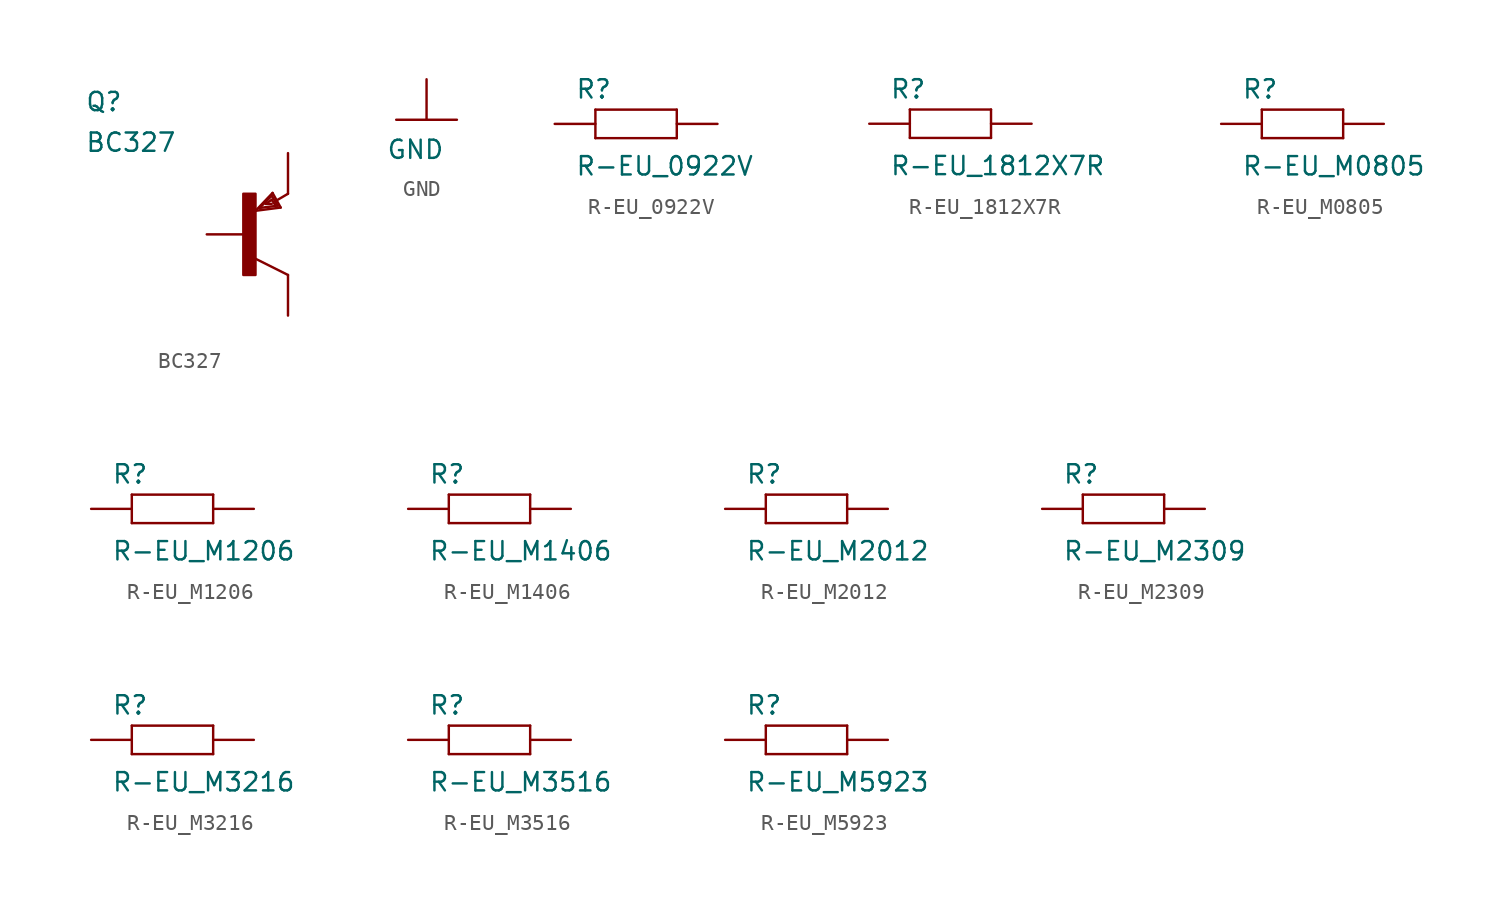
<source format=kicad_sym>
(kicad_symbol_lib
  (version 20211014)
  (generator kicad_symbol_editor)
  (symbol "BC327"
    (pin_numbers hide)
    (pin_names
      (offset 1.016) hide)
    (property "Reference" "Q"
      (at -10.16 7.62 0)
      (effects (font (size 1.143 1.143)) (justify left bottom)))
    (property "Value" "BC327"
      (at -10.16 5.08 0)
      (effects (font (size 1.143 1.143)) (justify left bottom)))
    (property "ki_locked" ""
      (at 0 0 0)
      (effects (font (size 1.27 1.27))))
    (symbol "BC327_1_0"
      (polyline (pts (xy 0.508 1.473) (xy 2.083 1.676)) (stroke (width 0) (type default) (color 0 0 0 0)) (fill (type none)))
      (polyline (pts (xy 0.762 1.651) (xy 1.778 1.778)) (stroke (width 0) (type default) (color 0 0 0 0)) (fill (type none)))
      (polyline (pts (xy 1.143 1.905) (xy 1.524 1.905)) (stroke (width 0) (type default) (color 0 0 0 0)) (fill (type none)))
      (polyline (pts (xy 1.524 2.159) (xy 1.143 1.905)) (stroke (width 0) (type default) (color 0 0 0 0)) (fill (type none)))
      (polyline (pts (xy 1.524 2.413) (xy 0.762 1.651)) (stroke (width 0) (type default) (color 0 0 0 0)) (fill (type none)))
      (polyline (pts (xy 1.575 2.591) (xy 0.508 1.473)) (stroke (width 0) (type default) (color 0 0 0 0)) (fill (type none)))
      (polyline (pts (xy 1.778 1.778) (xy 1.524 2.159)) (stroke (width 0) (type default) (color 0 0 0 0)) (fill (type none)))
      (polyline (pts (xy 1.905 1.778) (xy 1.524 2.413)) (stroke (width 0) (type default) (color 0 0 0 0)) (fill (type none)))
      (polyline (pts (xy 2.083 1.676) (xy 1.575 2.591)) (stroke (width 0) (type default) (color 0 0 0 0)) (fill (type none)))
      (polyline (pts (xy 2.54 -2.54) (xy 0.508 -1.524)) (stroke (width 0) (type default) (color 0 0 0 0)) (fill (type none)))
      (polyline (pts (xy 2.54 2.54) (xy 1.803 2.108)) (stroke (width 0) (type default) (color 0 0 0 0)) (fill (type none))))
    (symbol "BC327_1_1"
      (rectangle (start -0.254 -2.54) (end 0.508 2.54) (stroke (width 0) (type default) (color 0 0 0 0)) (fill (type outline)))
      (pin passive line (at -2.54 0 0) (length 2.54) (name "B" (effects (font (size 1.016 1.016)))) (number "B" (effects (font (size 1.016 1.016)))))
      (pin passive line (at 2.54 -5.08 90) (length 2.54) (name "C" (effects (font (size 1.016 1.016)))) (number "C" (effects (font (size 1.016 1.016)))))
      (pin passive line (at 2.54 5.08 270) (length 2.54) (name "E" (effects (font (size 1.016 1.016)))) (number "E" (effects (font (size 1.016 1.016)))))))
  (symbol "GND"
    (power)
    (pin_numbers hide)
    (pin_names
      (offset 1.016) hide)
    (property "Reference" "#GND"
      (at 0 0 0)
      (effects (font (size 1.143 1.143)) (justify left bottom) hide))
    (property "Value" "GND"
      (at -2.54 -2.54 0)
      (effects (font (size 1.143 1.143)) (justify left bottom)))
    (property "ki_locked" ""
      (at 0 0 0)
      (effects (font (size 1.27 1.27))))
    (symbol "GND_1_0"
      (polyline (pts (xy -1.905 0) (xy 1.905 0)) (stroke (width 0) (type default) (color 0 0 0 0)) (fill (type none)))
      (polyline (pts (xy 0 2.54) (xy 0 0)) (stroke (width 0) (type default) (color 0 0 0 0)) (fill (type none))))
    (symbol "GND_1_1"
      (pin power_in line (at 0 2.54 270) (length 2.54) hide (name "GND" (effects (font (size 1.016 1.016)))) (number "~" (effects (font (size 1.016 1.016)))))))
  (symbol "R-EU_0922V"
    (pin_numbers hide)
    (pin_names
      (offset 1.016) hide)
    (property "Reference" "R"
      (at -3.81 1.499 0)
      (effects (font (size 1.143 1.143)) (justify left bottom)))
    (property "Value" "R-EU_0922V"
      (at -3.81 -3.302 0)
      (effects (font (size 1.143 1.143)) (justify left bottom)))
    (property "ki_locked" ""
      (at 0 0 0)
      (effects (font (size 1.27 1.27))))
    (symbol "R-EU_0922V_1_0"
      (polyline (pts (xy -2.54 -0.889) (xy -2.54 0.889)) (stroke (width 0) (type default) (color 0 0 0 0)) (fill (type none)))
      (polyline (pts (xy -2.54 -0.889) (xy 2.54 -0.889)) (stroke (width 0) (type default) (color 0 0 0 0)) (fill (type none)))
      (polyline (pts (xy 2.54 -0.889) (xy 2.54 0.889)) (stroke (width 0) (type default) (color 0 0 0 0)) (fill (type none)))
      (polyline (pts (xy 2.54 0.889) (xy -2.54 0.889)) (stroke (width 0) (type default) (color 0 0 0 0)) (fill (type none))))
    (symbol "R-EU_0922V_1_1"
      (pin passive line (at -5.08 0 0) (length 2.54) (name "1" (effects (font (size 1.016 1.016)))) (number "1" (effects (font (size 1.016 1.016)))))
      (pin passive line (at 5.08 0 180) (length 2.54) (name "2" (effects (font (size 1.016 1.016)))) (number "2" (effects (font (size 1.016 1.016)))))))
  (symbol "R-EU_1812X7R"
    (pin_numbers hide)
    (pin_names
      (offset 1.016) hide)
    (property "Reference" "R"
      (at -3.81 1.499 0)
      (effects (font (size 1.143 1.143)) (justify left bottom)))
    (property "Value" "R-EU_1812X7R"
      (at -3.81 -3.302 0)
      (effects (font (size 1.143 1.143)) (justify left bottom)))
    (property "ki_locked" ""
      (at 0 0 0)
      (effects (font (size 1.27 1.27))))
    (symbol "R-EU_1812X7R_1_0"
      (polyline (pts (xy -2.54 -0.889) (xy -2.54 0.889)) (stroke (width 0) (type default) (color 0 0 0 0)) (fill (type none)))
      (polyline (pts (xy -2.54 -0.889) (xy 2.54 -0.889)) (stroke (width 0) (type default) (color 0 0 0 0)) (fill (type none)))
      (polyline (pts (xy 2.54 -0.889) (xy 2.54 0.889)) (stroke (width 0) (type default) (color 0 0 0 0)) (fill (type none)))
      (polyline (pts (xy 2.54 0.889) (xy -2.54 0.889)) (stroke (width 0) (type default) (color 0 0 0 0)) (fill (type none))))
    (symbol "R-EU_1812X7R_1_1"
      (pin passive line (at -5.08 0 0) (length 2.54) (name "1" (effects (font (size 1.016 1.016)))) (number "1" (effects (font (size 1.016 1.016)))))
      (pin passive line (at 5.08 0 180) (length 2.54) (name "2" (effects (font (size 1.016 1.016)))) (number "2" (effects (font (size 1.016 1.016)))))))
  (symbol "R-EU_M0805"
    (pin_numbers hide)
    (pin_names
      (offset 1.016) hide)
    (property "Reference" "R"
      (at -3.81 1.499 0)
      (effects (font (size 1.143 1.143)) (justify left bottom)))
    (property "Value" "R-EU_M0805"
      (at -3.81 -3.302 0)
      (effects (font (size 1.143 1.143)) (justify left bottom)))
    (property "ki_locked" ""
      (at 0 0 0)
      (effects (font (size 1.27 1.27))))
    (symbol "R-EU_M0805_1_0"
      (polyline (pts (xy -2.54 -0.889) (xy -2.54 0.889)) (stroke (width 0) (type default) (color 0 0 0 0)) (fill (type none)))
      (polyline (pts (xy -2.54 -0.889) (xy 2.54 -0.889)) (stroke (width 0) (type default) (color 0 0 0 0)) (fill (type none)))
      (polyline (pts (xy 2.54 -0.889) (xy 2.54 0.889)) (stroke (width 0) (type default) (color 0 0 0 0)) (fill (type none)))
      (polyline (pts (xy 2.54 0.889) (xy -2.54 0.889)) (stroke (width 0) (type default) (color 0 0 0 0)) (fill (type none))))
    (symbol "R-EU_M0805_1_1"
      (pin passive line (at -5.08 0 0) (length 2.54) (name "1" (effects (font (size 1.016 1.016)))) (number "1" (effects (font (size 1.016 1.016)))))
      (pin passive line (at 5.08 0 180) (length 2.54) (name "2" (effects (font (size 1.016 1.016)))) (number "2" (effects (font (size 1.016 1.016)))))))
  (symbol "R-EU_M1206"
    (pin_numbers hide)
    (pin_names
      (offset 1.016) hide)
    (property "Reference" "R"
      (at -3.81 1.499 0)
      (effects (font (size 1.143 1.143)) (justify left bottom)))
    (property "Value" "R-EU_M1206"
      (at -3.81 -3.302 0)
      (effects (font (size 1.143 1.143)) (justify left bottom)))
    (property "ki_locked" ""
      (at 0 0 0)
      (effects (font (size 1.27 1.27))))
    (symbol "R-EU_M1206_1_0"
      (polyline (pts (xy -2.54 -0.889) (xy -2.54 0.889)) (stroke (width 0) (type default) (color 0 0 0 0)) (fill (type none)))
      (polyline (pts (xy -2.54 -0.889) (xy 2.54 -0.889)) (stroke (width 0) (type default) (color 0 0 0 0)) (fill (type none)))
      (polyline (pts (xy 2.54 -0.889) (xy 2.54 0.889)) (stroke (width 0) (type default) (color 0 0 0 0)) (fill (type none)))
      (polyline (pts (xy 2.54 0.889) (xy -2.54 0.889)) (stroke (width 0) (type default) (color 0 0 0 0)) (fill (type none))))
    (symbol "R-EU_M1206_1_1"
      (pin passive line (at -5.08 0 0) (length 2.54) (name "1" (effects (font (size 1.016 1.016)))) (number "1" (effects (font (size 1.016 1.016)))))
      (pin passive line (at 5.08 0 180) (length 2.54) (name "2" (effects (font (size 1.016 1.016)))) (number "2" (effects (font (size 1.016 1.016)))))))
  (symbol "R-EU_M1406"
    (pin_numbers hide)
    (pin_names
      (offset 1.016) hide)
    (property "Reference" "R"
      (at -3.81 1.499 0)
      (effects (font (size 1.143 1.143)) (justify left bottom)))
    (property "Value" "R-EU_M1406"
      (at -3.81 -3.302 0)
      (effects (font (size 1.143 1.143)) (justify left bottom)))
    (property "ki_locked" ""
      (at 0 0 0)
      (effects (font (size 1.27 1.27))))
    (symbol "R-EU_M1406_1_0"
      (polyline (pts (xy -2.54 -0.889) (xy -2.54 0.889)) (stroke (width 0) (type default) (color 0 0 0 0)) (fill (type none)))
      (polyline (pts (xy -2.54 -0.889) (xy 2.54 -0.889)) (stroke (width 0) (type default) (color 0 0 0 0)) (fill (type none)))
      (polyline (pts (xy 2.54 -0.889) (xy 2.54 0.889)) (stroke (width 0) (type default) (color 0 0 0 0)) (fill (type none)))
      (polyline (pts (xy 2.54 0.889) (xy -2.54 0.889)) (stroke (width 0) (type default) (color 0 0 0 0)) (fill (type none))))
    (symbol "R-EU_M1406_1_1"
      (pin passive line (at -5.08 0 0) (length 2.54) (name "1" (effects (font (size 1.016 1.016)))) (number "1" (effects (font (size 1.016 1.016)))))
      (pin passive line (at 5.08 0 180) (length 2.54) (name "2" (effects (font (size 1.016 1.016)))) (number "2" (effects (font (size 1.016 1.016)))))))
  (symbol "R-EU_M2012"
    (pin_numbers hide)
    (pin_names
      (offset 1.016) hide)
    (property "Reference" "R"
      (at -3.81 1.499 0)
      (effects (font (size 1.143 1.143)) (justify left bottom)))
    (property "Value" "R-EU_M2012"
      (at -3.81 -3.302 0)
      (effects (font (size 1.143 1.143)) (justify left bottom)))
    (property "ki_locked" ""
      (at 0 0 0)
      (effects (font (size 1.27 1.27))))
    (symbol "R-EU_M2012_1_0"
      (polyline (pts (xy -2.54 -0.889) (xy -2.54 0.889)) (stroke (width 0) (type default) (color 0 0 0 0)) (fill (type none)))
      (polyline (pts (xy -2.54 -0.889) (xy 2.54 -0.889)) (stroke (width 0) (type default) (color 0 0 0 0)) (fill (type none)))
      (polyline (pts (xy 2.54 -0.889) (xy 2.54 0.889)) (stroke (width 0) (type default) (color 0 0 0 0)) (fill (type none)))
      (polyline (pts (xy 2.54 0.889) (xy -2.54 0.889)) (stroke (width 0) (type default) (color 0 0 0 0)) (fill (type none))))
    (symbol "R-EU_M2012_1_1"
      (pin passive line (at -5.08 0 0) (length 2.54) (name "1" (effects (font (size 1.016 1.016)))) (number "1" (effects (font (size 1.016 1.016)))))
      (pin passive line (at 5.08 0 180) (length 2.54) (name "2" (effects (font (size 1.016 1.016)))) (number "2" (effects (font (size 1.016 1.016)))))))
  (symbol "R-EU_M2309"
    (pin_numbers hide)
    (pin_names
      (offset 1.016) hide)
    (property "Reference" "R"
      (at -3.81 1.499 0)
      (effects (font (size 1.143 1.143)) (justify left bottom)))
    (property "Value" "R-EU_M2309"
      (at -3.81 -3.302 0)
      (effects (font (size 1.143 1.143)) (justify left bottom)))
    (property "ki_locked" ""
      (at 0 0 0)
      (effects (font (size 1.27 1.27))))
    (symbol "R-EU_M2309_1_0"
      (polyline (pts (xy -2.54 -0.889) (xy -2.54 0.889)) (stroke (width 0) (type default) (color 0 0 0 0)) (fill (type none)))
      (polyline (pts (xy -2.54 -0.889) (xy 2.54 -0.889)) (stroke (width 0) (type default) (color 0 0 0 0)) (fill (type none)))
      (polyline (pts (xy 2.54 -0.889) (xy 2.54 0.889)) (stroke (width 0) (type default) (color 0 0 0 0)) (fill (type none)))
      (polyline (pts (xy 2.54 0.889) (xy -2.54 0.889)) (stroke (width 0) (type default) (color 0 0 0 0)) (fill (type none))))
    (symbol "R-EU_M2309_1_1"
      (pin passive line (at -5.08 0 0) (length 2.54) (name "1" (effects (font (size 1.016 1.016)))) (number "1" (effects (font (size 1.016 1.016)))))
      (pin passive line (at 5.08 0 180) (length 2.54) (name "2" (effects (font (size 1.016 1.016)))) (number "2" (effects (font (size 1.016 1.016)))))))
  (symbol "R-EU_M3216"
    (pin_numbers hide)
    (pin_names
      (offset 1.016) hide)
    (property "Reference" "R"
      (at -3.81 1.499 0)
      (effects (font (size 1.143 1.143)) (justify left bottom)))
    (property "Value" "R-EU_M3216"
      (at -3.81 -3.302 0)
      (effects (font (size 1.143 1.143)) (justify left bottom)))
    (property "ki_locked" ""
      (at 0 0 0)
      (effects (font (size 1.27 1.27))))
    (symbol "R-EU_M3216_1_0"
      (polyline (pts (xy -2.54 -0.889) (xy -2.54 0.889)) (stroke (width 0) (type default) (color 0 0 0 0)) (fill (type none)))
      (polyline (pts (xy -2.54 -0.889) (xy 2.54 -0.889)) (stroke (width 0) (type default) (color 0 0 0 0)) (fill (type none)))
      (polyline (pts (xy 2.54 -0.889) (xy 2.54 0.889)) (stroke (width 0) (type default) (color 0 0 0 0)) (fill (type none)))
      (polyline (pts (xy 2.54 0.889) (xy -2.54 0.889)) (stroke (width 0) (type default) (color 0 0 0 0)) (fill (type none))))
    (symbol "R-EU_M3216_1_1"
      (pin passive line (at -5.08 0 0) (length 2.54) (name "1" (effects (font (size 1.016 1.016)))) (number "1" (effects (font (size 1.016 1.016)))))
      (pin passive line (at 5.08 0 180) (length 2.54) (name "2" (effects (font (size 1.016 1.016)))) (number "2" (effects (font (size 1.016 1.016)))))))
  (symbol "R-EU_M3516"
    (pin_numbers hide)
    (pin_names
      (offset 1.016) hide)
    (property "Reference" "R"
      (at -3.81 1.499 0)
      (effects (font (size 1.143 1.143)) (justify left bottom)))
    (property "Value" "R-EU_M3516"
      (at -3.81 -3.302 0)
      (effects (font (size 1.143 1.143)) (justify left bottom)))
    (property "ki_locked" ""
      (at 0 0 0)
      (effects (font (size 1.27 1.27))))
    (symbol "R-EU_M3516_1_0"
      (polyline (pts (xy -2.54 -0.889) (xy -2.54 0.889)) (stroke (width 0) (type default) (color 0 0 0 0)) (fill (type none)))
      (polyline (pts (xy -2.54 -0.889) (xy 2.54 -0.889)) (stroke (width 0) (type default) (color 0 0 0 0)) (fill (type none)))
      (polyline (pts (xy 2.54 -0.889) (xy 2.54 0.889)) (stroke (width 0) (type default) (color 0 0 0 0)) (fill (type none)))
      (polyline (pts (xy 2.54 0.889) (xy -2.54 0.889)) (stroke (width 0) (type default) (color 0 0 0 0)) (fill (type none))))
    (symbol "R-EU_M3516_1_1"
      (pin passive line (at -5.08 0 0) (length 2.54) (name "1" (effects (font (size 1.016 1.016)))) (number "1" (effects (font (size 1.016 1.016)))))
      (pin passive line (at 5.08 0 180) (length 2.54) (name "2" (effects (font (size 1.016 1.016)))) (number "2" (effects (font (size 1.016 1.016)))))))
  (symbol "R-EU_M5923"
    (pin_numbers hide)
    (pin_names
      (offset 1.016) hide)
    (property "Reference" "R"
      (at -3.81 1.499 0)
      (effects (font (size 1.143 1.143)) (justify left bottom)))
    (property "Value" "R-EU_M5923"
      (at -3.81 -3.302 0)
      (effects (font (size 1.143 1.143)) (justify left bottom)))
    (property "ki_locked" ""
      (at 0 0 0)
      (effects (font (size 1.27 1.27))))
    (symbol "R-EU_M5923_1_0"
      (polyline (pts (xy -2.54 -0.889) (xy -2.54 0.889)) (stroke (width 0) (type default) (color 0 0 0 0)) (fill (type none)))
      (polyline (pts (xy -2.54 -0.889) (xy 2.54 -0.889)) (stroke (width 0) (type default) (color 0 0 0 0)) (fill (type none)))
      (polyline (pts (xy 2.54 -0.889) (xy 2.54 0.889)) (stroke (width 0) (type default) (color 0 0 0 0)) (fill (type none)))
      (polyline (pts (xy 2.54 0.889) (xy -2.54 0.889)) (stroke (width 0) (type default) (color 0 0 0 0)) (fill (type none))))
    (symbol "R-EU_M5923_1_1"
      (pin passive line (at -5.08 0 0) (length 2.54) (name "1" (effects (font (size 1.016 1.016)))) (number "1" (effects (font (size 1.016 1.016)))))
      (pin passive line (at 5.08 0 180) (length 2.54) (name "2" (effects (font (size 1.016 1.016)))) (number "2" (effects (font (size 1.016 1.016))))))))
</source>
